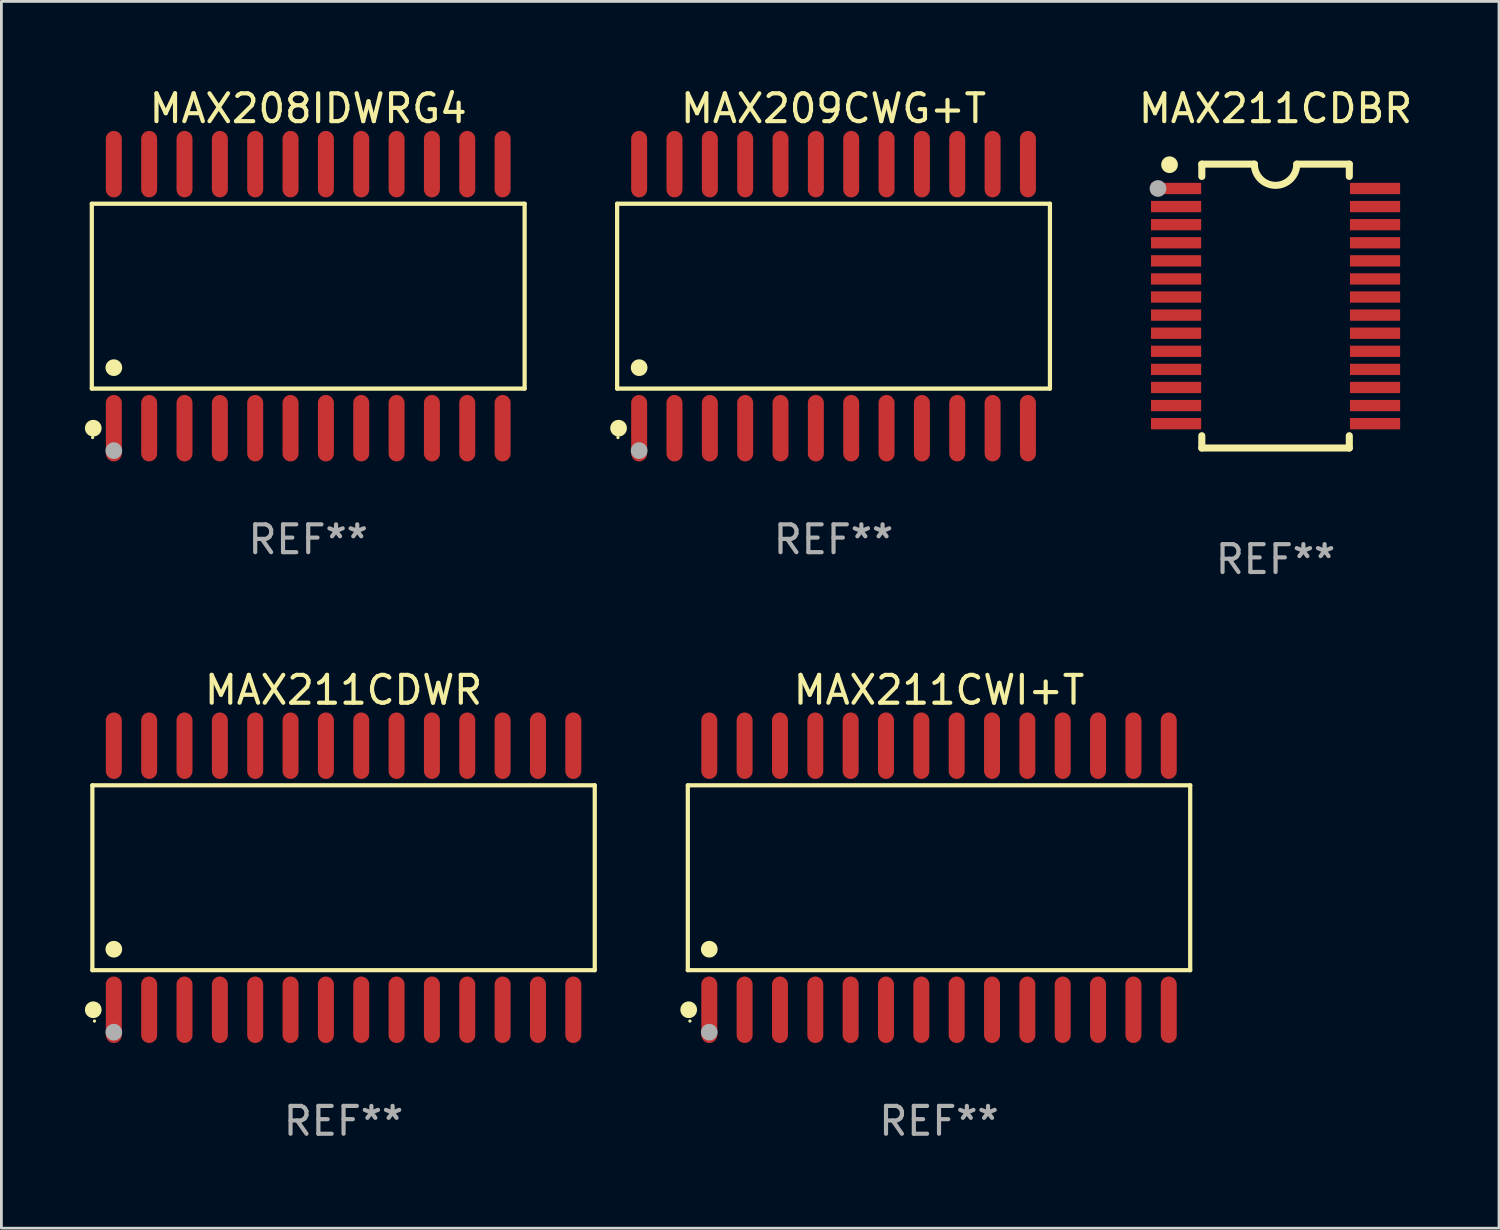
<source format=kicad_pcb>
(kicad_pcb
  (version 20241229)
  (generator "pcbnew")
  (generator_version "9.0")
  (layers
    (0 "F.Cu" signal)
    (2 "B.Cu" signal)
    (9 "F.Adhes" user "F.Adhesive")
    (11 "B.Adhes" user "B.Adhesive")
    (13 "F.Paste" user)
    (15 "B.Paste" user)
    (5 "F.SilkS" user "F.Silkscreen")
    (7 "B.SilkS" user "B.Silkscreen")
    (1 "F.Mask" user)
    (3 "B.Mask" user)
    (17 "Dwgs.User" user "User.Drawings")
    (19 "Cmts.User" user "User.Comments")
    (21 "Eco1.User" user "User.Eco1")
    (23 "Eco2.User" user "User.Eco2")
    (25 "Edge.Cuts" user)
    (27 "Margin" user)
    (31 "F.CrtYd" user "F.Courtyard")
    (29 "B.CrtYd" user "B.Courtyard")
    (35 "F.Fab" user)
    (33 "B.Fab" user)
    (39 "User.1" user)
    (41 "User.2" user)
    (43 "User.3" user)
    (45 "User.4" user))
  (footprint "MAX211CDWR"
    (layer "F.Cu")
    (at 9.295 28.489)
    (property "Reference" "MAX211CDWR" (at 0 -6.744 0) (layer "F.SilkS") (effects (font (size 1 1) (thickness 0.15))))
    (attr through_hole)
    (fp_line (start -9.026 -3.321) (end 9.026 -3.321) (stroke (width 0.152) (type solid)) (layer "F.SilkS"))
    (fp_line (start -9.026 3.321) (end -9.026 -3.321) (stroke (width 0.152) (type solid)) (layer "F.SilkS"))
    (fp_line (start 9.026 -3.321) (end 9.026 3.321) (stroke (width 0.152) (type solid)) (layer "F.SilkS"))
    (fp_line (start 9.026 3.321) (end -9.026 3.321) (stroke (width 0.152) (type solid)) (layer "F.SilkS"))
    (fp_circle (center -8.994 4.744) (end -8.844 4.744) (stroke (width 0.3) (type solid)) (fill no) (layer "F.SilkS"))
    (fp_circle (center -8.95 5.15) (end -8.92 5.15) (stroke (width 0.06) (type solid)) (fill no) (layer "F.SilkS"))
    (fp_circle (center -8.255 2.569) (end -8.105 2.569) (stroke (width 0.3) (type solid)) (fill no) (layer "F.SilkS"))
    (fp_circle (center -8.255 5.55) (end -8.105 5.55) (stroke (width 0.3) (type solid)) (fill no) (layer "F.Fab"))
    (fp_text user "REF**" (at 0 8.744 0) (layer "F.Fab") (effects (font (size 1 1) (thickness 0.15))))
    (pad "1" smd oval (at -8.255 4.744) (size 0.574 2.388) (layers "F.Cu" "F.Mask" "F.Paste"))
    (pad "2" smd oval (at -6.985 4.744) (size 0.574 2.388) (layers "F.Cu" "F.Mask" "F.Paste"))
    (pad "3" smd oval (at -5.715 4.744) (size 0.574 2.388) (layers "F.Cu" "F.Mask" "F.Paste"))
    (pad "4" smd oval (at -4.445 4.744) (size 0.574 2.388) (layers "F.Cu" "F.Mask" "F.Paste"))
    (pad "5" smd oval (at -3.175 4.744) (size 0.574 2.388) (layers "F.Cu" "F.Mask" "F.Paste"))
    (pad "6" smd oval (at -1.905 4.744) (size 0.574 2.388) (layers "F.Cu" "F.Mask" "F.Paste"))
    (pad "7" smd oval (at -0.635 4.744) (size 0.574 2.388) (layers "F.Cu" "F.Mask" "F.Paste"))
    (pad "8" smd oval (at 0.635 4.744) (size 0.574 2.388) (layers "F.Cu" "F.Mask" "F.Paste"))
    (pad "9" smd oval (at 1.905 4.744) (size 0.574 2.388) (layers "F.Cu" "F.Mask" "F.Paste"))
    (pad "10" smd oval (at 3.175 4.744) (size 0.574 2.388) (layers "F.Cu" "F.Mask" "F.Paste"))
    (pad "11" smd oval (at 4.445 4.744) (size 0.574 2.388) (layers "F.Cu" "F.Mask" "F.Paste"))
    (pad "12" smd oval (at 5.715 4.744) (size 0.574 2.388) (layers "F.Cu" "F.Mask" "F.Paste"))
    (pad "13" smd oval (at 6.985 4.744) (size 0.574 2.388) (layers "F.Cu" "F.Mask" "F.Paste"))
    (pad "14" smd oval (at 8.255 4.744) (size 0.574 2.388) (layers "F.Cu" "F.Mask" "F.Paste"))
    (pad "15" smd oval (at 8.255 -4.744) (size 0.574 2.388) (layers "F.Cu" "F.Mask" "F.Paste"))
    (pad "16" smd oval (at 6.985 -4.744) (size 0.574 2.388) (layers "F.Cu" "F.Mask" "F.Paste"))
    (pad "17" smd oval (at 5.715 -4.744) (size 0.574 2.388) (layers "F.Cu" "F.Mask" "F.Paste"))
    (pad "18" smd oval (at 4.445 -4.744) (size 0.574 2.388) (layers "F.Cu" "F.Mask" "F.Paste"))
    (pad "19" smd oval (at 3.175 -4.744) (size 0.574 2.388) (layers "F.Cu" "F.Mask" "F.Paste"))
    (pad "20" smd oval (at 1.905 -4.744) (size 0.574 2.388) (layers "F.Cu" "F.Mask" "F.Paste"))
    (pad "21" smd oval (at 0.635 -4.744) (size 0.574 2.388) (layers "F.Cu" "F.Mask" "F.Paste"))
    (pad "22" smd oval (at -0.635 -4.744) (size 0.574 2.388) (layers "F.Cu" "F.Mask" "F.Paste"))
    (pad "23" smd oval (at -1.905 -4.744) (size 0.574 2.388) (layers "F.Cu" "F.Mask" "F.Paste"))
    (pad "24" smd oval (at -3.175 -4.744) (size 0.574 2.388) (layers "F.Cu" "F.Mask" "F.Paste"))
    (pad "25" smd oval (at -4.445 -4.744) (size 0.574 2.388) (layers "F.Cu" "F.Mask" "F.Paste"))
    (pad "26" smd oval (at -5.715 -4.744) (size 0.574 2.388) (layers "F.Cu" "F.Mask" "F.Paste"))
    (pad "27" smd oval (at -6.985 -4.744) (size 0.574 2.388) (layers "F.Cu" "F.Mask" "F.Paste"))
    (pad "28" smd oval (at -8.255 -4.744) (size 0.574 2.388) (layers "F.Cu" "F.Mask" "F.Paste")))
  (footprint "MAX208IDWRG4"
    (layer "F.Cu")
    (at 8.025 7.592)
    (property "Reference" "MAX208IDWRG4" (at 0 -6.744 0) (layer "F.SilkS") (effects (font (size 1 1) (thickness 0.15))))
    (attr through_hole)
    (fp_line (start -7.776 -3.321) (end 7.776 -3.321) (stroke (width 0.152) (type solid)) (layer "F.SilkS"))
    (fp_line (start -7.776 3.321) (end -7.776 -3.321) (stroke (width 0.152) (type solid)) (layer "F.SilkS"))
    (fp_line (start 7.776 -3.321) (end 7.776 3.321) (stroke (width 0.152) (type solid)) (layer "F.SilkS"))
    (fp_line (start 7.776 3.321) (end -7.776 3.321) (stroke (width 0.152) (type solid)) (layer "F.SilkS"))
    (fp_circle (center -7.747 5.08) (end -7.717 5.08) (stroke (width 0.06) (type solid)) (fill no) (layer "F.SilkS"))
    (fp_circle (center -7.724 4.744) (end -7.574 4.744) (stroke (width 0.3) (type solid)) (fill no) (layer "F.SilkS"))
    (fp_circle (center -6.985 2.569) (end -6.835 2.569) (stroke (width 0.3) (type solid)) (fill no) (layer "F.SilkS"))
    (fp_circle (center -6.985 5.55) (end -6.835 5.55) (stroke (width 0.3) (type solid)) (fill no) (layer "F.Fab"))
    (fp_text user "REF**" (at 0 8.744 0) (layer "F.Fab") (effects (font (size 1 1) (thickness 0.15))))
    (pad "1" smd oval (at -6.985 4.744) (size 0.574 2.388) (layers "F.Cu" "F.Mask" "F.Paste"))
    (pad "2" smd oval (at -5.715 4.744) (size 0.574 2.388) (layers "F.Cu" "F.Mask" "F.Paste"))
    (pad "3" smd oval (at -4.445 4.744) (size 0.574 2.388) (layers "F.Cu" "F.Mask" "F.Paste"))
    (pad "4" smd oval (at -3.175 4.744) (size 0.574 2.388) (layers "F.Cu" "F.Mask" "F.Paste"))
    (pad "5" smd oval (at -1.905 4.744) (size 0.574 2.388) (layers "F.Cu" "F.Mask" "F.Paste"))
    (pad "6" smd oval (at -0.635 4.744) (size 0.574 2.388) (layers "F.Cu" "F.Mask" "F.Paste"))
    (pad "7" smd oval (at 0.635 4.744) (size 0.574 2.388) (layers "F.Cu" "F.Mask" "F.Paste"))
    (pad "8" smd oval (at 1.905 4.744) (size 0.574 2.388) (layers "F.Cu" "F.Mask" "F.Paste"))
    (pad "9" smd oval (at 3.175 4.744) (size 0.574 2.388) (layers "F.Cu" "F.Mask" "F.Paste"))
    (pad "10" smd oval (at 4.445 4.744) (size 0.574 2.388) (layers "F.Cu" "F.Mask" "F.Paste"))
    (pad "11" smd oval (at 5.715 4.744) (size 0.574 2.388) (layers "F.Cu" "F.Mask" "F.Paste"))
    (pad "12" smd oval (at 6.985 4.744) (size 0.574 2.388) (layers "F.Cu" "F.Mask" "F.Paste"))
    (pad "13" smd oval (at 6.985 -4.744) (size 0.574 2.388) (layers "F.Cu" "F.Mask" "F.Paste"))
    (pad "14" smd oval (at 5.715 -4.744) (size 0.574 2.388) (layers "F.Cu" "F.Mask" "F.Paste"))
    (pad "15" smd oval (at 4.445 -4.744) (size 0.574 2.388) (layers "F.Cu" "F.Mask" "F.Paste"))
    (pad "16" smd oval (at 3.175 -4.744) (size 0.574 2.388) (layers "F.Cu" "F.Mask" "F.Paste"))
    (pad "17" smd oval (at 1.905 -4.744) (size 0.574 2.388) (layers "F.Cu" "F.Mask" "F.Paste"))
    (pad "18" smd oval (at 0.635 -4.744) (size 0.574 2.388) (layers "F.Cu" "F.Mask" "F.Paste"))
    (pad "19" smd oval (at -0.635 -4.744) (size 0.574 2.388) (layers "F.Cu" "F.Mask" "F.Paste"))
    (pad "20" smd oval (at -1.905 -4.744) (size 0.574 2.388) (layers "F.Cu" "F.Mask" "F.Paste"))
    (pad "21" smd oval (at -3.175 -4.744) (size 0.574 2.388) (layers "F.Cu" "F.Mask" "F.Paste"))
    (pad "22" smd oval (at -4.445 -4.744) (size 0.574 2.388) (layers "F.Cu" "F.Mask" "F.Paste"))
    (pad "23" smd oval (at -5.715 -4.744) (size 0.574 2.388) (layers "F.Cu" "F.Mask" "F.Paste"))
    (pad "24" smd oval (at -6.985 -4.744) (size 0.574 2.388) (layers "F.Cu" "F.Mask" "F.Paste")))
  (footprint "MAX209CWG+T"
    (layer "F.Cu")
    (at 26.901 7.592)
    (property "Reference" "MAX209CWG+T" (at 0 -6.744 0) (layer "F.SilkS") (effects (font (size 1 1) (thickness 0.15))))
    (attr through_hole)
    (fp_line (start -7.776 -3.321) (end 7.776 -3.321) (stroke (width 0.152) (type solid)) (layer "F.SilkS"))
    (fp_line (start -7.776 3.321) (end -7.776 -3.321) (stroke (width 0.152) (type solid)) (layer "F.SilkS"))
    (fp_line (start 7.776 -3.321) (end 7.776 3.321) (stroke (width 0.152) (type solid)) (layer "F.SilkS"))
    (fp_line (start 7.776 3.321) (end -7.776 3.321) (stroke (width 0.152) (type solid)) (layer "F.SilkS"))
    (fp_circle (center -7.747 5.08) (end -7.717 5.08) (stroke (width 0.06) (type solid)) (fill no) (layer "F.SilkS"))
    (fp_circle (center -7.724 4.744) (end -7.574 4.744) (stroke (width 0.3) (type solid)) (fill no) (layer "F.SilkS"))
    (fp_circle (center -6.985 2.569) (end -6.835 2.569) (stroke (width 0.3) (type solid)) (fill no) (layer "F.SilkS"))
    (fp_circle (center -6.985 5.55) (end -6.835 5.55) (stroke (width 0.3) (type solid)) (fill no) (layer "F.Fab"))
    (fp_text user "REF**" (at 0 8.744 0) (layer "F.Fab") (effects (font (size 1 1) (thickness 0.15))))
    (pad "1" smd oval (at -6.985 4.744) (size 0.574 2.388) (layers "F.Cu" "F.Mask" "F.Paste"))
    (pad "2" smd oval (at -5.715 4.744) (size 0.574 2.388) (layers "F.Cu" "F.Mask" "F.Paste"))
    (pad "3" smd oval (at -4.445 4.744) (size 0.574 2.388) (layers "F.Cu" "F.Mask" "F.Paste"))
    (pad "4" smd oval (at -3.175 4.744) (size 0.574 2.388) (layers "F.Cu" "F.Mask" "F.Paste"))
    (pad "5" smd oval (at -1.905 4.744) (size 0.574 2.388) (layers "F.Cu" "F.Mask" "F.Paste"))
    (pad "6" smd oval (at -0.635 4.744) (size 0.574 2.388) (layers "F.Cu" "F.Mask" "F.Paste"))
    (pad "7" smd oval (at 0.635 4.744) (size 0.574 2.388) (layers "F.Cu" "F.Mask" "F.Paste"))
    (pad "8" smd oval (at 1.905 4.744) (size 0.574 2.388) (layers "F.Cu" "F.Mask" "F.Paste"))
    (pad "9" smd oval (at 3.175 4.744) (size 0.574 2.388) (layers "F.Cu" "F.Mask" "F.Paste"))
    (pad "10" smd oval (at 4.445 4.744) (size 0.574 2.388) (layers "F.Cu" "F.Mask" "F.Paste"))
    (pad "11" smd oval (at 5.715 4.744) (size 0.574 2.388) (layers "F.Cu" "F.Mask" "F.Paste"))
    (pad "12" smd oval (at 6.985 4.744) (size 0.574 2.388) (layers "F.Cu" "F.Mask" "F.Paste"))
    (pad "13" smd oval (at 6.985 -4.744) (size 0.574 2.388) (layers "F.Cu" "F.Mask" "F.Paste"))
    (pad "14" smd oval (at 5.715 -4.744) (size 0.574 2.388) (layers "F.Cu" "F.Mask" "F.Paste"))
    (pad "15" smd oval (at 4.445 -4.744) (size 0.574 2.388) (layers "F.Cu" "F.Mask" "F.Paste"))
    (pad "16" smd oval (at 3.175 -4.744) (size 0.574 2.388) (layers "F.Cu" "F.Mask" "F.Paste"))
    (pad "17" smd oval (at 1.905 -4.744) (size 0.574 2.388) (layers "F.Cu" "F.Mask" "F.Paste"))
    (pad "18" smd oval (at 0.635 -4.744) (size 0.574 2.388) (layers "F.Cu" "F.Mask" "F.Paste"))
    (pad "19" smd oval (at -0.635 -4.744) (size 0.574 2.388) (layers "F.Cu" "F.Mask" "F.Paste"))
    (pad "20" smd oval (at -1.905 -4.744) (size 0.574 2.388) (layers "F.Cu" "F.Mask" "F.Paste"))
    (pad "21" smd oval (at -3.175 -4.744) (size 0.574 2.388) (layers "F.Cu" "F.Mask" "F.Paste"))
    (pad "22" smd oval (at -4.445 -4.744) (size 0.574 2.388) (layers "F.Cu" "F.Mask" "F.Paste"))
    (pad "23" smd oval (at -5.715 -4.744) (size 0.574 2.388) (layers "F.Cu" "F.Mask" "F.Paste"))
    (pad "24" smd oval (at -6.985 -4.744) (size 0.574 2.388) (layers "F.Cu" "F.Mask" "F.Paste")))
  (footprint "MAX211CWI+T"
    (layer "F.Cu")
    (at 30.691 28.489)
    (property "Reference" "MAX211CWI+T" (at 0 -6.744 0) (layer "F.SilkS") (effects (font (size 1 1) (thickness 0.15))))
    (attr through_hole)
    (fp_line (start -9.026 -3.321) (end 9.026 -3.321) (stroke (width 0.152) (type solid)) (layer "F.SilkS"))
    (fp_line (start -9.026 3.321) (end -9.026 -3.321) (stroke (width 0.152) (type solid)) (layer "F.SilkS"))
    (fp_line (start 9.026 -3.321) (end 9.026 3.321) (stroke (width 0.152) (type solid)) (layer "F.SilkS"))
    (fp_line (start 9.026 3.321) (end -9.026 3.321) (stroke (width 0.152) (type solid)) (layer "F.SilkS"))
    (fp_circle (center -8.994 4.744) (end -8.844 4.744) (stroke (width 0.3) (type solid)) (fill no) (layer "F.SilkS"))
    (fp_circle (center -8.95 5.15) (end -8.92 5.15) (stroke (width 0.06) (type solid)) (fill no) (layer "F.SilkS"))
    (fp_circle (center -8.255 2.569) (end -8.105 2.569) (stroke (width 0.3) (type solid)) (fill no) (layer "F.SilkS"))
    (fp_circle (center -8.255 5.55) (end -8.105 5.55) (stroke (width 0.3) (type solid)) (fill no) (layer "F.Fab"))
    (fp_text user "REF**" (at 0 8.744 0) (layer "F.Fab") (effects (font (size 1 1) (thickness 0.15))))
    (pad "1" smd oval (at -8.255 4.744) (size 0.574 2.388) (layers "F.Cu" "F.Mask" "F.Paste"))
    (pad "2" smd oval (at -6.985 4.744) (size 0.574 2.388) (layers "F.Cu" "F.Mask" "F.Paste"))
    (pad "3" smd oval (at -5.715 4.744) (size 0.574 2.388) (layers "F.Cu" "F.Mask" "F.Paste"))
    (pad "4" smd oval (at -4.445 4.744) (size 0.574 2.388) (layers "F.Cu" "F.Mask" "F.Paste"))
    (pad "5" smd oval (at -3.175 4.744) (size 0.574 2.388) (layers "F.Cu" "F.Mask" "F.Paste"))
    (pad "6" smd oval (at -1.905 4.744) (size 0.574 2.388) (layers "F.Cu" "F.Mask" "F.Paste"))
    (pad "7" smd oval (at -0.635 4.744) (size 0.574 2.388) (layers "F.Cu" "F.Mask" "F.Paste"))
    (pad "8" smd oval (at 0.635 4.744) (size 0.574 2.388) (layers "F.Cu" "F.Mask" "F.Paste"))
    (pad "9" smd oval (at 1.905 4.744) (size 0.574 2.388) (layers "F.Cu" "F.Mask" "F.Paste"))
    (pad "10" smd oval (at 3.175 4.744) (size 0.574 2.388) (layers "F.Cu" "F.Mask" "F.Paste"))
    (pad "11" smd oval (at 4.445 4.744) (size 0.574 2.388) (layers "F.Cu" "F.Mask" "F.Paste"))
    (pad "12" smd oval (at 5.715 4.744) (size 0.574 2.388) (layers "F.Cu" "F.Mask" "F.Paste"))
    (pad "13" smd oval (at 6.985 4.744) (size 0.574 2.388) (layers "F.Cu" "F.Mask" "F.Paste"))
    (pad "14" smd oval (at 8.255 4.744) (size 0.574 2.388) (layers "F.Cu" "F.Mask" "F.Paste"))
    (pad "15" smd oval (at 8.255 -4.744) (size 0.574 2.388) (layers "F.Cu" "F.Mask" "F.Paste"))
    (pad "16" smd oval (at 6.985 -4.744) (size 0.574 2.388) (layers "F.Cu" "F.Mask" "F.Paste"))
    (pad "17" smd oval (at 5.715 -4.744) (size 0.574 2.388) (layers "F.Cu" "F.Mask" "F.Paste"))
    (pad "18" smd oval (at 4.445 -4.744) (size 0.574 2.388) (layers "F.Cu" "F.Mask" "F.Paste"))
    (pad "19" smd oval (at 3.175 -4.744) (size 0.574 2.388) (layers "F.Cu" "F.Mask" "F.Paste"))
    (pad "20" smd oval (at 1.905 -4.744) (size 0.574 2.388) (layers "F.Cu" "F.Mask" "F.Paste"))
    (pad "21" smd oval (at 0.635 -4.744) (size 0.574 2.388) (layers "F.Cu" "F.Mask" "F.Paste"))
    (pad "22" smd oval (at -0.635 -4.744) (size 0.574 2.388) (layers "F.Cu" "F.Mask" "F.Paste"))
    (pad "23" smd oval (at -1.905 -4.744) (size 0.574 2.388) (layers "F.Cu" "F.Mask" "F.Paste"))
    (pad "24" smd oval (at -3.175 -4.744) (size 0.574 2.388) (layers "F.Cu" "F.Mask" "F.Paste"))
    (pad "25" smd oval (at -4.445 -4.744) (size 0.574 2.388) (layers "F.Cu" "F.Mask" "F.Paste"))
    (pad "26" smd oval (at -5.715 -4.744) (size 0.574 2.388) (layers "F.Cu" "F.Mask" "F.Paste"))
    (pad "27" smd oval (at -6.985 -4.744) (size 0.574 2.388) (layers "F.Cu" "F.Mask" "F.Paste"))
    (pad "28" smd oval (at -8.255 -4.744) (size 0.574 2.388) (layers "F.Cu" "F.Mask" "F.Paste")))
  (footprint "MAX211CDBR"
    (layer "F.Cu")
    (at 42.784 7.948)
    (property "Reference" "MAX211CDBR" (at 0 -7.1 0) (layer "F.SilkS") (effects (font (size 1 1) (thickness 0.15))))
    (attr through_hole)
    (fp_line (start -2.65 -5.1) (end -0.762 -5.1) (stroke (width 0.254) (type solid)) (layer "F.SilkS"))
    (fp_line (start -2.65 -4.658) (end -2.65 -5.1) (stroke (width 0.254) (type solid)) (layer "F.SilkS"))
    (fp_line (start -2.65 5.1) (end -2.65 4.658) (stroke (width 0.254) (type solid)) (layer "F.SilkS"))
    (fp_line (start -2.65 5.1) (end 2.65 5.1) (stroke (width 0.254) (type solid)) (layer "F.SilkS"))
    (fp_line (start 2.65 -5.1) (end 0.762 -5.1) (stroke (width 0.254) (type solid)) (layer "F.SilkS"))
    (fp_line (start 2.65 -5.1) (end 2.65 -4.658) (stroke (width 0.254) (type solid)) (layer "F.SilkS"))
    (fp_line (start 2.65 4.658) (end 2.65 5.1) (stroke (width 0.254) (type solid)) (layer "F.SilkS"))
    (fp_arc (start 0.761925 -5.1) (mid -0.000241 -4.338329) (end -0.762077 -5.10033) (stroke (width 0.254001) (type solid)) (layer "F.SilkS"))
    (fp_circle (center -3.858 -5.07) (end -3.828 -5.07) (stroke (width 0.06) (type solid)) (fill no) (layer "F.SilkS"))
    (fp_circle (center -3.81 -5.08) (end -3.66 -5.08) (stroke (width 0.3) (type solid)) (fill no) (layer "F.SilkS"))
    (fp_circle (center -4.225 -4.225) (end -4.075 -4.225) (stroke (width 0.3) (type solid)) (fill no) (layer "F.Fab"))
    (fp_text user "REF**" (at 0 9.1 0) (layer "F.Fab") (effects (font (size 1 1) (thickness 0.15))))
    (pad "1" smd rect (at -3.575 -4.225) (size 1.803 0.406) (layers "F.Cu" "F.Mask" "F.Paste"))
    (pad "2" smd rect (at -3.575 -3.575) (size 1.803 0.406) (layers "F.Cu" "F.Mask" "F.Paste"))
    (pad "3" smd rect (at -3.575 -2.925) (size 1.803 0.406) (layers "F.Cu" "F.Mask" "F.Paste"))
    (pad "4" smd rect (at -3.575 -2.275) (size 1.803 0.406) (layers "F.Cu" "F.Mask" "F.Paste"))
    (pad "5" smd rect (at -3.575 -1.625) (size 1.803 0.406) (layers "F.Cu" "F.Mask" "F.Paste"))
    (pad "6" smd rect (at -3.575 -0.975) (size 1.803 0.406) (layers "F.Cu" "F.Mask" "F.Paste"))
    (pad "7" smd rect (at -3.575 -0.325) (size 1.803 0.406) (layers "F.Cu" "F.Mask" "F.Paste"))
    (pad "8" smd rect (at -3.575 0.325) (size 1.803 0.406) (layers "F.Cu" "F.Mask" "F.Paste"))
    (pad "9" smd rect (at -3.575 0.975) (size 1.803 0.406) (layers "F.Cu" "F.Mask" "F.Paste"))
    (pad "10" smd rect (at -3.575 1.625) (size 1.803 0.406) (layers "F.Cu" "F.Mask" "F.Paste"))
    (pad "11" smd rect (at -3.575 2.275) (size 1.803 0.406) (layers "F.Cu" "F.Mask" "F.Paste"))
    (pad "12" smd rect (at -3.575 2.925) (size 1.803 0.406) (layers "F.Cu" "F.Mask" "F.Paste"))
    (pad "13" smd rect (at -3.575 3.575) (size 1.803 0.406) (layers "F.Cu" "F.Mask" "F.Paste"))
    (pad "14" smd rect (at -3.575 4.225) (size 1.803 0.406) (layers "F.Cu" "F.Mask" "F.Paste"))
    (pad "15" smd rect (at 3.575 4.225) (size 1.803 0.406) (layers "F.Cu" "F.Mask" "F.Paste"))
    (pad "16" smd rect (at 3.575 3.575) (size 1.803 0.406) (layers "F.Cu" "F.Mask" "F.Paste"))
    (pad "17" smd rect (at 3.575 2.925) (size 1.803 0.406) (layers "F.Cu" "F.Mask" "F.Paste"))
    (pad "18" smd rect (at 3.575 2.275) (size 1.803 0.406) (layers "F.Cu" "F.Mask" "F.Paste"))
    (pad "19" smd rect (at 3.575 1.625) (size 1.803 0.406) (layers "F.Cu" "F.Mask" "F.Paste"))
    (pad "20" smd rect (at 3.575 0.975) (size 1.803 0.406) (layers "F.Cu" "F.Mask" "F.Paste"))
    (pad "21" smd rect (at 3.575 0.325) (size 1.803 0.406) (layers "F.Cu" "F.Mask" "F.Paste"))
    (pad "22" smd rect (at 3.575 -0.325) (size 1.803 0.406) (layers "F.Cu" "F.Mask" "F.Paste"))
    (pad "23" smd rect (at 3.575 -0.975) (size 1.803 0.406) (layers "F.Cu" "F.Mask" "F.Paste"))
    (pad "24" smd rect (at 3.575 -1.625) (size 1.803 0.406) (layers "F.Cu" "F.Mask" "F.Paste"))
    (pad "25" smd rect (at 3.575 -2.275) (size 1.803 0.406) (layers "F.Cu" "F.Mask" "F.Paste"))
    (pad "26" smd rect (at 3.575 -2.925) (size 1.803 0.406) (layers "F.Cu" "F.Mask" "F.Paste"))
    (pad "27" smd rect (at 3.575 -3.575) (size 1.803 0.406) (layers "F.Cu" "F.Mask" "F.Paste"))
    (pad "28" smd rect (at 3.575 -4.225) (size 1.803 0.406) (layers "F.Cu" "F.Mask" "F.Paste")))
  (gr_rect
    (start -3 -3)
    (end 50.813 41.081)
    (stroke (width 0.1) (type default))
    (fill no)
    (layer "Edge.Cuts")))
</source>
